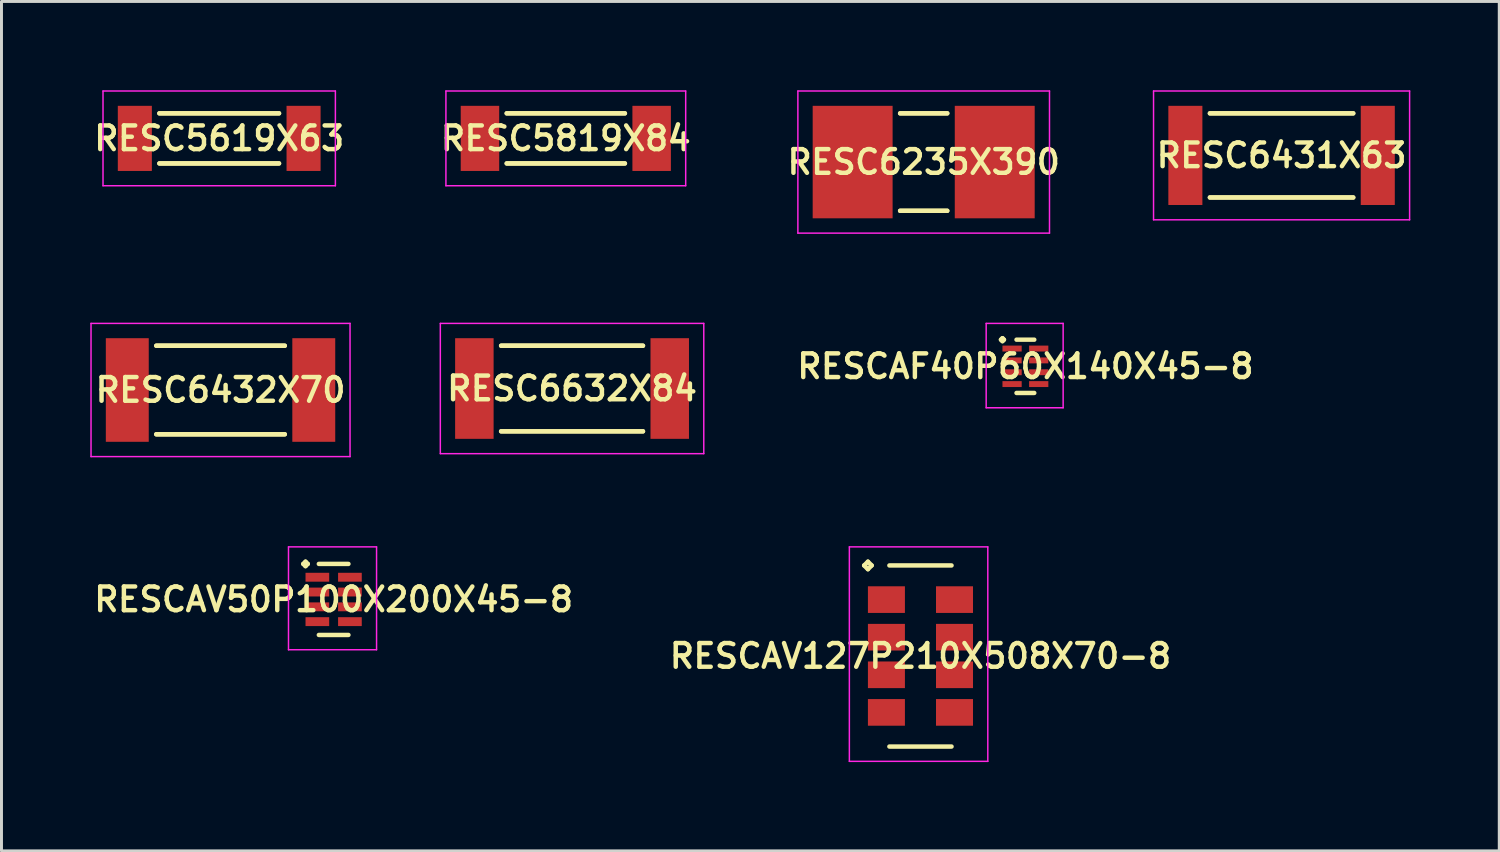
<source format=kicad_pcb>
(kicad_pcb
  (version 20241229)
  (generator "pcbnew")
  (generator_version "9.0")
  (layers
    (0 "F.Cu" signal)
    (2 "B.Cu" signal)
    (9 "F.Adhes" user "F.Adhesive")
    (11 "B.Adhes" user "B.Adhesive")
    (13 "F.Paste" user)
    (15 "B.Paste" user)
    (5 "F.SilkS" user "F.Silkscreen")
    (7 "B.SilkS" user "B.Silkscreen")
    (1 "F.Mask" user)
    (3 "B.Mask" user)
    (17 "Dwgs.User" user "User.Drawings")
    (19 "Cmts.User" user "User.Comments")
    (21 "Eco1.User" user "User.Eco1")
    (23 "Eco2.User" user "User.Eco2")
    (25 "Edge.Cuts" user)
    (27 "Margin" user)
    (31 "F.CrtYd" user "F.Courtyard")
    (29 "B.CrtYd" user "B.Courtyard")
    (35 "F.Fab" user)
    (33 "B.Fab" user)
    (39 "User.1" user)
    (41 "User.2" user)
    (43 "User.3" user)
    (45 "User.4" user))
  (footprint "RESCAF40P60X140X45-8"
    (layer "F.Cu")
    (at 31.59 9.325)
    (property "Reference" "RESCAF40P60X140X45-8" (at 0 0 0) (layer "F.SilkS") (effects (font (size 0.8 0.8) (thickness 0.15))))
    (attr smd)
    (fp_line (start -0.825 -0.9) (end -0.775 -0.95) (stroke (width 0.15) (type solid)) (layer "F.SilkS"))
    (fp_line (start -0.775 -0.95) (end -0.725 -0.9) (stroke (width 0.15) (type solid)) (layer "F.SilkS"))
    (fp_line (start -0.775 -0.85) (end -0.825 -0.9) (stroke (width 0.15) (type solid)) (layer "F.SilkS"))
    (fp_line (start -0.725 -0.9) (end -0.775 -0.85) (stroke (width 0.15) (type solid)) (layer "F.SilkS"))
    (fp_line (start -0.3 -0.9) (end 0.3 -0.9) (stroke (width 0.15) (type solid)) (layer "F.SilkS"))
    (fp_line (start -0.3 0.9) (end 0.3 0.9) (stroke (width 0.15) (type solid)) (layer "F.SilkS"))
    (fp_line (start -1.325 -1.45) (end 1.275 -1.45) (stroke (width 0.05) (type solid)) (layer "F.CrtYd"))
    (fp_line (start -1.325 1.4) (end -1.325 -1.45) (stroke (width 0.05) (type solid)) (layer "F.CrtYd"))
    (fp_line (start 1.275 -1.45) (end 1.275 1.4) (stroke (width 0.05) (type solid)) (layer "F.CrtYd"))
    (fp_line (start 1.275 1.4) (end -1.325 1.4) (stroke (width 0.05) (type solid)) (layer "F.CrtYd"))
    (pad "1" smd rect (at -0.45 -0.6) (size 0.65 0.2) (layers "F.Cu" "F.Mask" "F.Paste"))
    (pad "2" smd rect (at -0.45 -0.2) (size 0.65 0.2) (layers "F.Cu" "F.Mask" "F.Paste"))
    (pad "3" smd rect (at -0.45 0.2) (size 0.65 0.2) (layers "F.Cu" "F.Mask" "F.Paste"))
    (pad "4" smd rect (at -0.45 0.6) (size 0.65 0.2) (layers "F.Cu" "F.Mask" "F.Paste"))
    (pad "5" smd rect (at 0.45 0.6) (size 0.65 0.2) (layers "F.Cu" "F.Mask" "F.Paste"))
    (pad "6" smd rect (at 0.45 0.2) (size 0.65 0.2) (layers "F.Cu" "F.Mask" "F.Paste"))
    (pad "7" smd rect (at 0.45 -0.2) (size 0.65 0.2) (layers "F.Cu" "F.Mask" "F.Paste"))
    (pad "8" smd rect (at 0.45 -0.6) (size 0.65 0.2) (layers "F.Cu" "F.Mask" "F.Paste")))
  (footprint "RESCAV127P210X508X70-8"
    (layer "F.Cu")
    (at 28.045 19.111)
    (property "Reference" "RESCAV127P210X508X70-8" (at 0 0 0) (layer "F.SilkS") (effects (font (size 0.8 0.8) (thickness 0.15))))
    (attr smd)
    (fp_line (start -1.902 -3.059) (end -1.775 -3.186) (stroke (width 0.15) (type solid)) (layer "F.SilkS"))
    (fp_line (start -1.775 -3.186) (end -1.648 -3.059) (stroke (width 0.15) (type solid)) (layer "F.SilkS"))
    (fp_line (start -1.775 -2.932) (end -1.902 -3.059) (stroke (width 0.15) (type solid)) (layer "F.SilkS"))
    (fp_line (start -1.648 -3.059) (end -1.775 -2.932) (stroke (width 0.15) (type solid)) (layer "F.SilkS"))
    (fp_line (start -1.05 -3.059) (end 1.05 -3.059) (stroke (width 0.15) (type solid)) (layer "F.SilkS"))
    (fp_line (start -1.05 3.059) (end 1.05 3.059) (stroke (width 0.15) (type solid)) (layer "F.SilkS"))
    (fp_line (start -2.402 -3.686) (end 2.275 -3.686) (stroke (width 0.05) (type solid)) (layer "F.CrtYd"))
    (fp_line (start -2.402 3.559) (end -2.402 -3.686) (stroke (width 0.05) (type solid)) (layer "F.CrtYd"))
    (fp_line (start 2.275 -3.686) (end 2.275 3.559) (stroke (width 0.05) (type solid)) (layer "F.CrtYd"))
    (fp_line (start 2.275 3.559) (end -2.402 3.559) (stroke (width 0.05) (type solid)) (layer "F.CrtYd"))
    (pad "1" smd rect (at -1.15 -1.905) (size 1.25 0.9) (layers "F.Cu" "F.Mask" "F.Paste"))
    (pad "2" smd rect (at -1.15 -0.635) (size 1.25 0.9) (layers "F.Cu" "F.Mask" "F.Paste"))
    (pad "3" smd rect (at -1.15 0.635) (size 1.25 0.9) (layers "F.Cu" "F.Mask" "F.Paste"))
    (pad "4" smd rect (at -1.15 1.905) (size 1.25 0.9) (layers "F.Cu" "F.Mask" "F.Paste"))
    (pad "5" smd rect (at 1.15 1.905) (size 1.25 0.9) (layers "F.Cu" "F.Mask" "F.Paste"))
    (pad "6" smd rect (at 1.15 0.635) (size 1.25 0.9) (layers "F.Cu" "F.Mask" "F.Paste"))
    (pad "7" smd rect (at 1.15 -0.635) (size 1.25 0.9) (layers "F.Cu" "F.Mask" "F.Paste"))
    (pad "8" smd rect (at 1.15 -1.905) (size 1.25 0.9) (layers "F.Cu" "F.Mask" "F.Paste")))
  (footprint "RESC6632X84"
    (layer "F.Cu")
    (at 16.275 10.075)
    (property "Reference" "RESC6632X84" (at 0 0 0) (layer "F.SilkS") (effects (font (size 0.8 0.8) (thickness 0.15))))
    (attr smd)
    (fp_line (start -2.396 -1.446) (end 2.396 -1.446) (stroke (width 0.15) (type solid)) (layer "F.SilkS"))
    (fp_line (start -2.396 1.446) (end 2.396 1.446) (stroke (width 0.15) (type solid)) (layer "F.SilkS"))
    (fp_line (start 2.396 -1.446) (end -2.396 -1.446) (stroke (width 0.15) (type solid)) (layer "F.SilkS"))
    (fp_line (start 2.396 1.446) (end -2.396 1.446) (stroke (width 0.15) (type solid)) (layer "F.SilkS"))
    (fp_line (start -4.45 -2.2) (end 4.45 -2.2) (stroke (width 0.05) (type solid)) (layer "F.CrtYd"))
    (fp_line (start -4.45 2.2) (end -4.45 -2.2) (stroke (width 0.05) (type solid)) (layer "F.CrtYd"))
    (fp_line (start 4.45 -2.2) (end 4.45 2.2) (stroke (width 0.05) (type solid)) (layer "F.CrtYd"))
    (fp_line (start 4.45 2.2) (end -4.45 2.2) (stroke (width 0.05) (type solid)) (layer "F.CrtYd"))
    (pad "1" smd rect (at -3.3 0) (size 1.3 3.4) (layers "F.Cu" "F.Mask" "F.Paste"))
    (pad "2" smd rect (at 3.3 0) (size 1.3 3.4) (layers "F.Cu" "F.Mask" "F.Paste")))
  (footprint "RESC6235X390"
    (layer "F.Cu")
    (at 28.154 2.425)
    (property "Reference" "RESC6235X390" (at 0 0 0) (layer "F.SilkS") (effects (font (size 0.8 0.8) (thickness 0.15))))
    (attr smd)
    (fp_line (start -0.796 -1.646) (end 0.796 -1.646) (stroke (width 0.15) (type solid)) (layer "F.SilkS"))
    (fp_line (start -0.796 1.646) (end 0.796 1.646) (stroke (width 0.15) (type solid)) (layer "F.SilkS"))
    (fp_line (start 0.796 -1.646) (end -0.796 -1.646) (stroke (width 0.15) (type solid)) (layer "F.SilkS"))
    (fp_line (start 0.796 1.646) (end -0.796 1.646) (stroke (width 0.15) (type solid)) (layer "F.SilkS"))
    (fp_line (start -4.25 -2.4) (end 4.25 -2.4) (stroke (width 0.05) (type solid)) (layer "F.CrtYd"))
    (fp_line (start -4.25 2.4) (end -4.25 -2.4) (stroke (width 0.05) (type solid)) (layer "F.CrtYd"))
    (fp_line (start 4.25 -2.4) (end 4.25 2.4) (stroke (width 0.05) (type solid)) (layer "F.CrtYd"))
    (fp_line (start 4.25 2.4) (end -4.25 2.4) (stroke (width 0.05) (type solid)) (layer "F.CrtYd"))
    (pad "1" smd rect (at -2.4 0) (size 2.7 3.8) (layers "F.Cu" "F.Mask" "F.Paste"))
    (pad "2" smd rect (at 2.4 0) (size 2.7 3.8) (layers "F.Cu" "F.Mask" "F.Paste")))
  (footprint "RESC5619X63"
    (layer "F.Cu")
    (at 4.355 1.625)
    (property "Reference" "RESC5619X63" (at 0 0 0) (layer "F.SilkS") (effects (font (size 0.8 0.8) (thickness 0.15))))
    (attr smd)
    (fp_line (start -2.021 -0.846) (end 2.021 -0.846) (stroke (width 0.15) (type solid)) (layer "F.SilkS"))
    (fp_line (start -2.021 0.846) (end 2.021 0.846) (stroke (width 0.15) (type solid)) (layer "F.SilkS"))
    (fp_line (start 2.021 -0.846) (end -2.021 -0.846) (stroke (width 0.15) (type solid)) (layer "F.SilkS"))
    (fp_line (start 2.021 0.846) (end -2.021 0.846) (stroke (width 0.15) (type solid)) (layer "F.SilkS"))
    (fp_line (start -3.925 -1.6) (end 3.925 -1.6) (stroke (width 0.05) (type solid)) (layer "F.CrtYd"))
    (fp_line (start -3.925 1.6) (end -3.925 -1.6) (stroke (width 0.05) (type solid)) (layer "F.CrtYd"))
    (fp_line (start 3.925 -1.6) (end 3.925 1.6) (stroke (width 0.05) (type solid)) (layer "F.CrtYd"))
    (fp_line (start 3.925 1.6) (end -3.925 1.6) (stroke (width 0.05) (type solid)) (layer "F.CrtYd"))
    (pad "1" smd rect (at -2.85 0) (size 1.15 2.2) (layers "F.Cu" "F.Mask" "F.Paste"))
    (pad "2" smd rect (at 2.85 0) (size 1.15 2.2) (layers "F.Cu" "F.Mask" "F.Paste")))
  (footprint "RESC6432X70"
    (layer "F.Cu")
    (at 4.4 10.125)
    (property "Reference" "RESC6432X70" (at 0 0 0) (layer "F.SilkS") (effects (font (size 0.8 0.8) (thickness 0.15))))
    (attr smd)
    (fp_line (start -2.171 -1.496) (end 2.171 -1.496) (stroke (width 0.15) (type solid)) (layer "F.SilkS"))
    (fp_line (start -2.171 1.496) (end 2.171 1.496) (stroke (width 0.15) (type solid)) (layer "F.SilkS"))
    (fp_line (start 2.171 -1.496) (end -2.171 -1.496) (stroke (width 0.15) (type solid)) (layer "F.SilkS"))
    (fp_line (start 2.171 1.496) (end -2.171 1.496) (stroke (width 0.15) (type solid)) (layer "F.SilkS"))
    (fp_line (start -4.375 -2.25) (end 4.375 -2.25) (stroke (width 0.05) (type solid)) (layer "F.CrtYd"))
    (fp_line (start -4.375 2.25) (end -4.375 -2.25) (stroke (width 0.05) (type solid)) (layer "F.CrtYd"))
    (fp_line (start 4.375 -2.25) (end 4.375 2.25) (stroke (width 0.05) (type solid)) (layer "F.CrtYd"))
    (fp_line (start 4.375 2.25) (end -4.375 2.25) (stroke (width 0.05) (type solid)) (layer "F.CrtYd"))
    (pad "1" smd rect (at -3.15 0) (size 1.45 3.5) (layers "F.Cu" "F.Mask" "F.Paste"))
    (pad "2" smd rect (at 3.15 0) (size 1.45 3.5) (layers "F.Cu" "F.Mask" "F.Paste")))
  (footprint "RESCAV50P100X200X45-8"
    (layer "F.Cu")
    (at 8.221 17.2)
    (property "Reference" "RESCAV50P100X200X45-8" (at 0 0 0) (layer "F.SilkS") (effects (font (size 0.8 0.8) (thickness 0.15))))
    (attr smd)
    (fp_line (start -1.025 -1.2) (end -0.95 -1.275) (stroke (width 0.15) (type solid)) (layer "F.SilkS"))
    (fp_line (start -0.95 -1.275) (end -0.875 -1.2) (stroke (width 0.15) (type solid)) (layer "F.SilkS"))
    (fp_line (start -0.95 -1.125) (end -1.025 -1.2) (stroke (width 0.15) (type solid)) (layer "F.SilkS"))
    (fp_line (start -0.875 -1.2) (end -0.95 -1.125) (stroke (width 0.15) (type solid)) (layer "F.SilkS"))
    (fp_line (start -0.5 -1.2) (end 0.5 -1.2) (stroke (width 0.15) (type solid)) (layer "F.SilkS"))
    (fp_line (start -0.5 1.2) (end 0.5 1.2) (stroke (width 0.15) (type solid)) (layer "F.SilkS"))
    (fp_line (start -1.525 -1.775) (end 1.45 -1.775) (stroke (width 0.05) (type solid)) (layer "F.CrtYd"))
    (fp_line (start -1.525 1.7) (end -1.525 -1.775) (stroke (width 0.05) (type solid)) (layer "F.CrtYd"))
    (fp_line (start 1.45 -1.775) (end 1.45 1.7) (stroke (width 0.05) (type solid)) (layer "F.CrtYd"))
    (fp_line (start 1.45 1.7) (end -1.525 1.7) (stroke (width 0.05) (type solid)) (layer "F.CrtYd"))
    (pad "1" smd rect (at -0.55 -0.75) (size 0.8 0.3) (layers "F.Cu" "F.Mask" "F.Paste"))
    (pad "2" smd rect (at -0.55 -0.25) (size 0.8 0.3) (layers "F.Cu" "F.Mask" "F.Paste"))
    (pad "3" smd rect (at -0.55 0.25) (size 0.8 0.3) (layers "F.Cu" "F.Mask" "F.Paste"))
    (pad "4" smd rect (at -0.55 0.75) (size 0.8 0.3) (layers "F.Cu" "F.Mask" "F.Paste"))
    (pad "5" smd rect (at 0.55 0.75) (size 0.8 0.3) (layers "F.Cu" "F.Mask" "F.Paste"))
    (pad "6" smd rect (at 0.55 0.25) (size 0.8 0.3) (layers "F.Cu" "F.Mask" "F.Paste"))
    (pad "7" smd rect (at 0.55 -0.25) (size 0.8 0.3) (layers "F.Cu" "F.Mask" "F.Paste"))
    (pad "8" smd rect (at 0.55 -0.75) (size 0.8 0.3) (layers "F.Cu" "F.Mask" "F.Paste")))
  (footprint "RESC6431X63"
    (layer "F.Cu")
    (at 40.244 2.2)
    (property "Reference" "RESC6431X63" (at 0 0 0) (layer "F.SilkS") (effects (font (size 0.8 0.8) (thickness 0.15))))
    (attr smd)
    (fp_line (start -2.421 -1.421) (end 2.421 -1.421) (stroke (width 0.15) (type solid)) (layer "F.SilkS"))
    (fp_line (start -2.421 1.421) (end 2.421 1.421) (stroke (width 0.15) (type solid)) (layer "F.SilkS"))
    (fp_line (start 2.421 -1.421) (end -2.421 -1.421) (stroke (width 0.15) (type solid)) (layer "F.SilkS"))
    (fp_line (start 2.421 1.421) (end -2.421 1.421) (stroke (width 0.15) (type solid)) (layer "F.SilkS"))
    (fp_line (start -4.325 -2.175) (end 4.325 -2.175) (stroke (width 0.05) (type solid)) (layer "F.CrtYd"))
    (fp_line (start -4.325 2.175) (end -4.325 -2.175) (stroke (width 0.05) (type solid)) (layer "F.CrtYd"))
    (fp_line (start 4.325 -2.175) (end 4.325 2.175) (stroke (width 0.05) (type solid)) (layer "F.CrtYd"))
    (fp_line (start 4.325 2.175) (end -4.325 2.175) (stroke (width 0.05) (type solid)) (layer "F.CrtYd"))
    (pad "1" smd rect (at -3.25 0) (size 1.15 3.35) (layers "F.Cu" "F.Mask" "F.Paste"))
    (pad "2" smd rect (at 3.25 0) (size 1.15 3.35) (layers "F.Cu" "F.Mask" "F.Paste")))
  (footprint "RESC5819X84"
    (layer "F.Cu")
    (at 16.064 1.625)
    (property "Reference" "RESC5819X84" (at 0 0 0) (layer "F.SilkS") (effects (font (size 0.8 0.8) (thickness 0.15))))
    (attr smd)
    (fp_line (start -1.996 -0.846) (end 1.996 -0.846) (stroke (width 0.15) (type solid)) (layer "F.SilkS"))
    (fp_line (start -1.996 0.846) (end 1.996 0.846) (stroke (width 0.15) (type solid)) (layer "F.SilkS"))
    (fp_line (start 1.996 -0.846) (end -1.996 -0.846) (stroke (width 0.15) (type solid)) (layer "F.SilkS"))
    (fp_line (start 1.996 0.846) (end -1.996 0.846) (stroke (width 0.15) (type solid)) (layer "F.SilkS"))
    (fp_line (start -4.05 -1.6) (end 4.05 -1.6) (stroke (width 0.05) (type solid)) (layer "F.CrtYd"))
    (fp_line (start -4.05 1.6) (end -4.05 -1.6) (stroke (width 0.05) (type solid)) (layer "F.CrtYd"))
    (fp_line (start 4.05 -1.6) (end 4.05 1.6) (stroke (width 0.05) (type solid)) (layer "F.CrtYd"))
    (fp_line (start 4.05 1.6) (end -4.05 1.6) (stroke (width 0.05) (type solid)) (layer "F.CrtYd"))
    (pad "1" smd rect (at -2.9 0) (size 1.3 2.2) (layers "F.Cu" "F.Mask" "F.Paste"))
    (pad "2" smd rect (at 2.9 0) (size 1.3 2.2) (layers "F.Cu" "F.Mask" "F.Paste")))
  (gr_rect
    (start -3 -3)
    (end 47.598 25.695)
    (stroke (width 0.1) (type default))
    (fill no)
    (layer "Edge.Cuts")))
</source>
